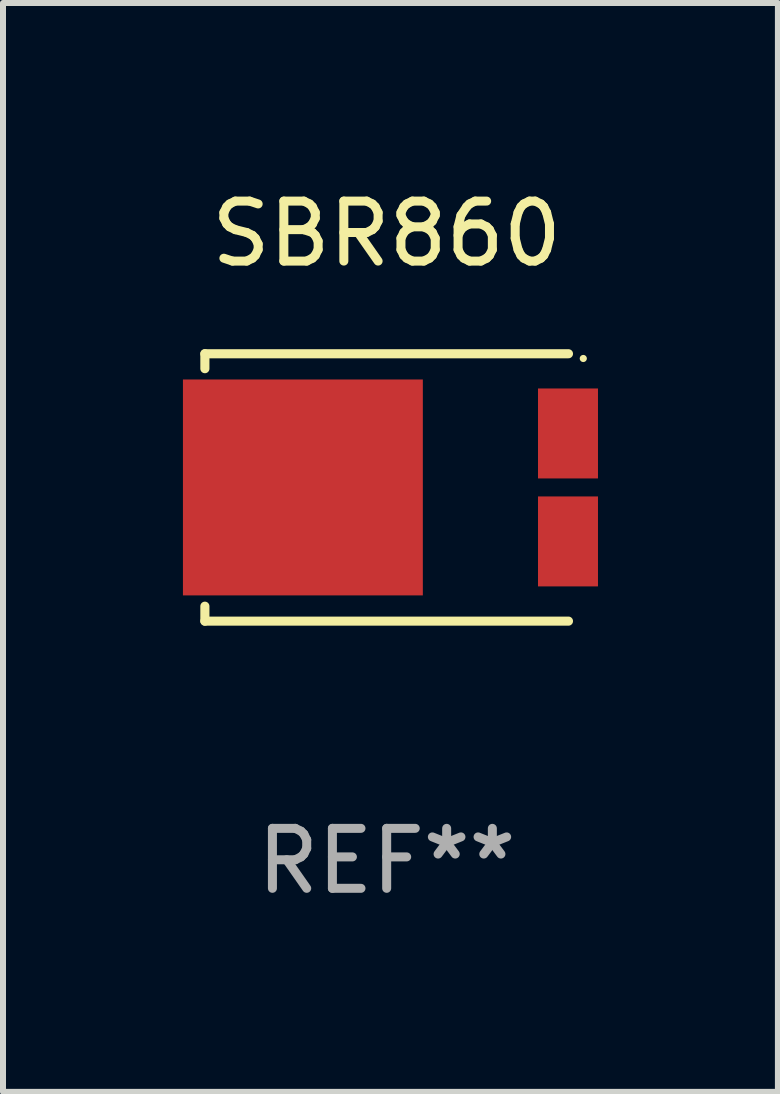
<source format=kicad_pcb>
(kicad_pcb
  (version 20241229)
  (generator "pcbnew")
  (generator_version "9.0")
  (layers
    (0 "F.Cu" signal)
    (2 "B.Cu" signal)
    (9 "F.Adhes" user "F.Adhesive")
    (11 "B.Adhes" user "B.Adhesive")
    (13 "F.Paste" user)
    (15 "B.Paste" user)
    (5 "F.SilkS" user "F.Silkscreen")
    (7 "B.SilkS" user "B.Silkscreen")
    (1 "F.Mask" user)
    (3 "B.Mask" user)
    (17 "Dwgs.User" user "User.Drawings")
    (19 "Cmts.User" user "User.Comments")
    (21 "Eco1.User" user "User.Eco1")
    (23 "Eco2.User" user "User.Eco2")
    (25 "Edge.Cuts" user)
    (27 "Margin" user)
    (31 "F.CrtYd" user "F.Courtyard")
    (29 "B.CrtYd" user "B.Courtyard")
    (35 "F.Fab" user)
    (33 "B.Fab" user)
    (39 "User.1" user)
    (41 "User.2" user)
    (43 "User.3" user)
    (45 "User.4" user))
  (footprint "SBR860"
    (layer "F.Cu")
    (at 3.397 5.077)
    (property "Reference" "SBR860" (at 0 -4.229 0) (layer "F.SilkS") (effects (font (size 1 1) (thickness 0.15))))
    (attr through_hole)
    (fp_line (start -3.031 -2.229) (end -3.031 -1.98) (stroke (width 0.152) (type solid)) (layer "F.SilkS"))
    (fp_line (start -3.031 1.98) (end -3.031 2.229) (stroke (width 0.152) (type solid)) (layer "F.SilkS"))
    (fp_line (start 3.031 -2.229) (end -3.031 -2.229) (stroke (width 0.152) (type solid)) (layer "F.SilkS"))
    (fp_line (start 3.031 2.229) (end -3.031 2.229) (stroke (width 0.152) (type solid)) (layer "F.SilkS"))
    (fp_circle (center 3.278 -2.15) (end 3.308 -2.15) (stroke (width 0.06) (type solid)) (fill no) (layer "F.SilkS"))
    (fp_text user "REF**" (at 0 6.229 0) (layer "F.Fab") (effects (font (size 1 1) (thickness 0.15))))
    (pad "1" smd rect (at 3.023 -0.9) (size 1 1.5) (layers "F.Cu" "F.Mask" "F.Paste"))
    (pad "2" smd rect (at 3.023 0.9) (size 1 1.5) (layers "F.Cu" "F.Mask" "F.Paste"))
    (pad "3" smd rect (at -1.397 0) (size 4 3.6) (layers "F.Cu" "F.Mask" "F.Paste")))
  (gr_rect
    (start -3 -3)
    (end 9.92 15.154)
    (stroke (width 0.1) (type default))
    (fill no)
    (layer "Edge.Cuts")))
</source>
